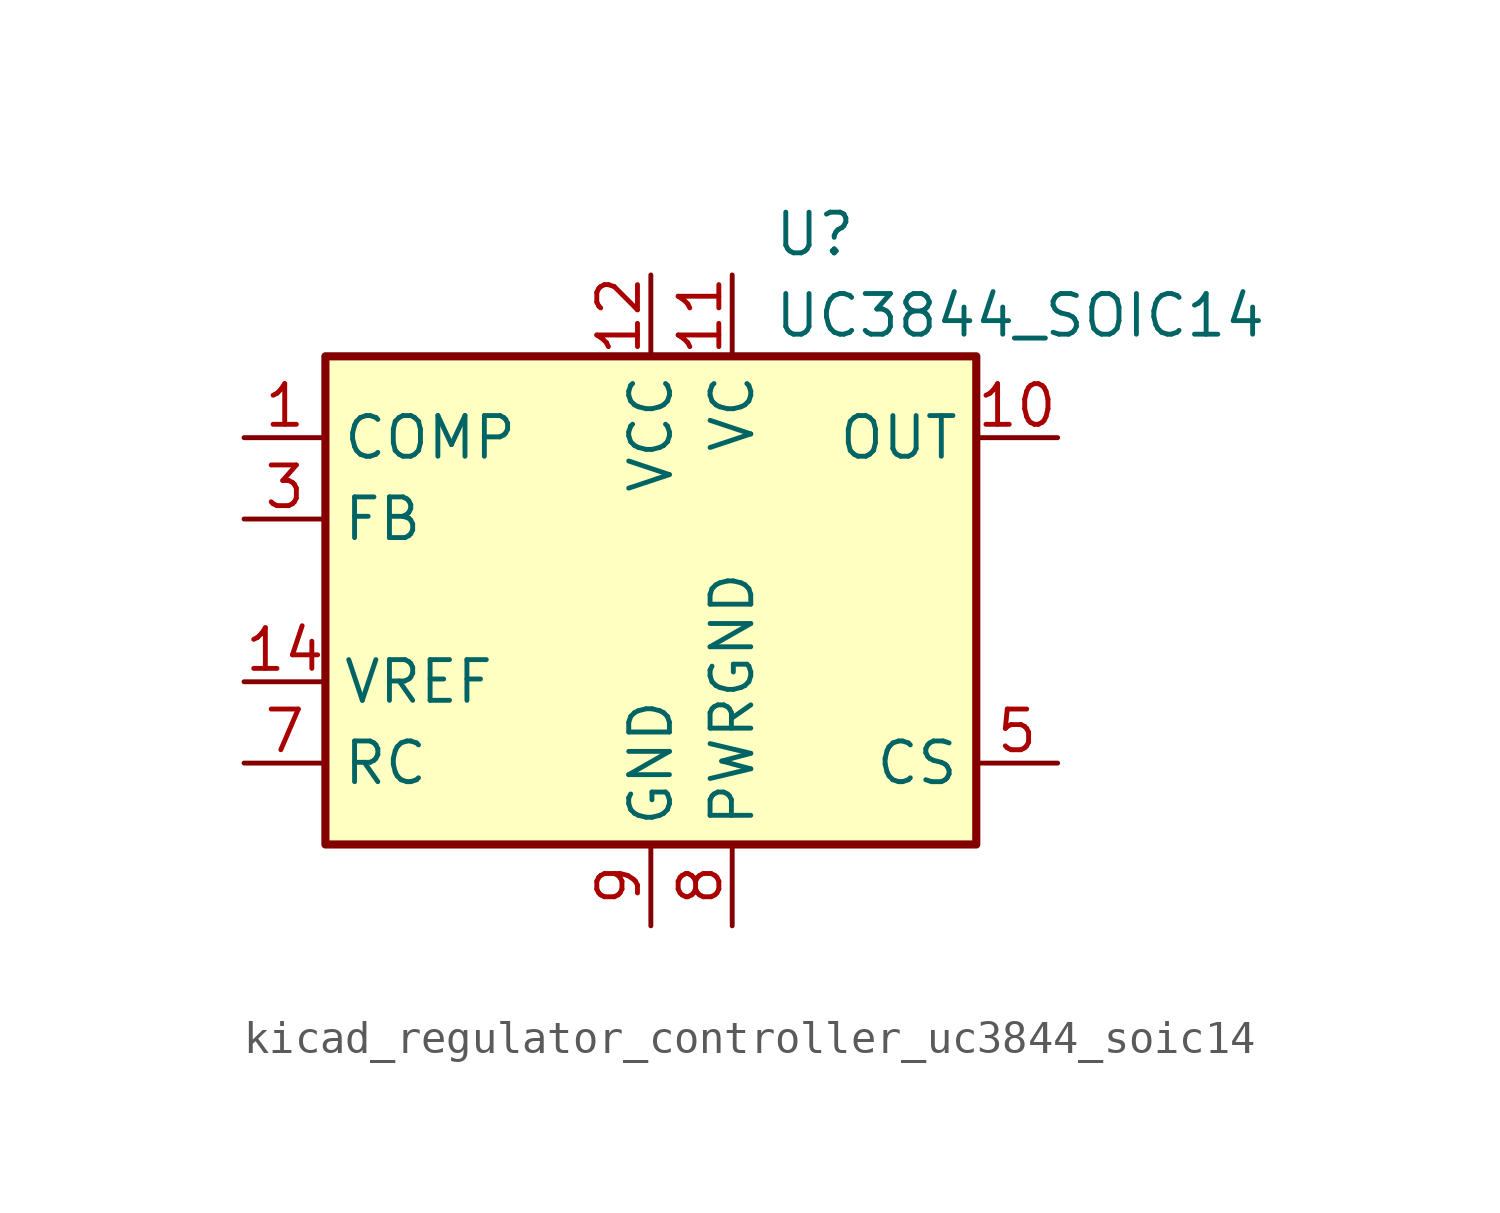
<source format=kicad_sym>
(kicad_symbol_lib
  (version 20220914)
  (generator kicad_symbol_editor)
  (symbol "kicad_regulator_controller_uc3844_soic14"
    (property "Reference" "U"
      (at 3.81 11.43 0)
      (effects (font (size 1.27 1.27)) (justify left)))
    (property "Value" "UC3844_SOIC14"
      (at 3.81 8.89 0)
      (effects (font (size 1.27 1.27)) (justify left)))
    (symbol "kicad_regulator_controller_uc3844_soic14_0_1"
      (rectangle (start -10.16 -7.62) (end 10.16 7.62) (stroke (width 0.254) (type default)) (fill (type background))))
    (symbol "kicad_regulator_controller_uc3844_soic14_1_1"
      (pin passive line (at -12.7 5.08 0) (length 2.54) (name "COMP" (effects (font (size 1.27 1.27)))) (number "1" (effects (font (size 1.27 1.27)))))
      (pin output line (at 12.7 5.08 180) (length 2.54) (name "OUT" (effects (font (size 1.27 1.27)))) (number "10" (effects (font (size 1.27 1.27)))))
      (pin power_in line (at 2.54 10.16 270) (length 2.54) (name "VC" (effects (font (size 1.27 1.27)))) (number "11" (effects (font (size 1.27 1.27)))))
      (pin power_in line (at 0 10.16 270) (length 2.54) (name "VCC" (effects (font (size 1.27 1.27)))) (number "12" (effects (font (size 1.27 1.27)))))
      (pin no_connect line (at -2.54 -7.62 90) (length 2.54) hide (name "NC" (effects (font (size 1.27 1.27)))) (number "13" (effects (font (size 1.27 1.27)))))
      (pin power_out line (at -12.7 -2.54 0) (length 2.54) (name "VREF" (effects (font (size 1.27 1.27)))) (number "14" (effects (font (size 1.27 1.27)))))
      (pin no_connect line (at -10.16 -7.62 90) (length 2.54) hide (name "NC" (effects (font (size 1.27 1.27)))) (number "2" (effects (font (size 1.27 1.27)))))
      (pin input line (at -12.7 2.54 0) (length 2.54) (name "FB" (effects (font (size 1.27 1.27)))) (number "3" (effects (font (size 1.27 1.27)))))
      (pin no_connect line (at -7.62 -7.62 90) (length 2.54) hide (name "NC" (effects (font (size 1.27 1.27)))) (number "4" (effects (font (size 1.27 1.27)))))
      (pin input line (at 12.7 -5.08 180) (length 2.54) (name "CS" (effects (font (size 1.27 1.27)))) (number "5" (effects (font (size 1.27 1.27)))))
      (pin no_connect line (at -5.08 -7.62 90) (length 2.54) hide (name "NC" (effects (font (size 1.27 1.27)))) (number "6" (effects (font (size 1.27 1.27)))))
      (pin passive line (at -12.7 -5.08 0) (length 2.54) (name "RC" (effects (font (size 1.27 1.27)))) (number "7" (effects (font (size 1.27 1.27)))))
      (pin power_in line (at 2.54 -10.16 90) (length 2.54) (name "PWRGND" (effects (font (size 1.27 1.27)))) (number "8" (effects (font (size 1.27 1.27)))))
      (pin power_in line (at 0 -10.16 90) (length 2.54) (name "GND" (effects (font (size 1.27 1.27)))) (number "9" (effects (font (size 1.27 1.27))))))))
</source>
